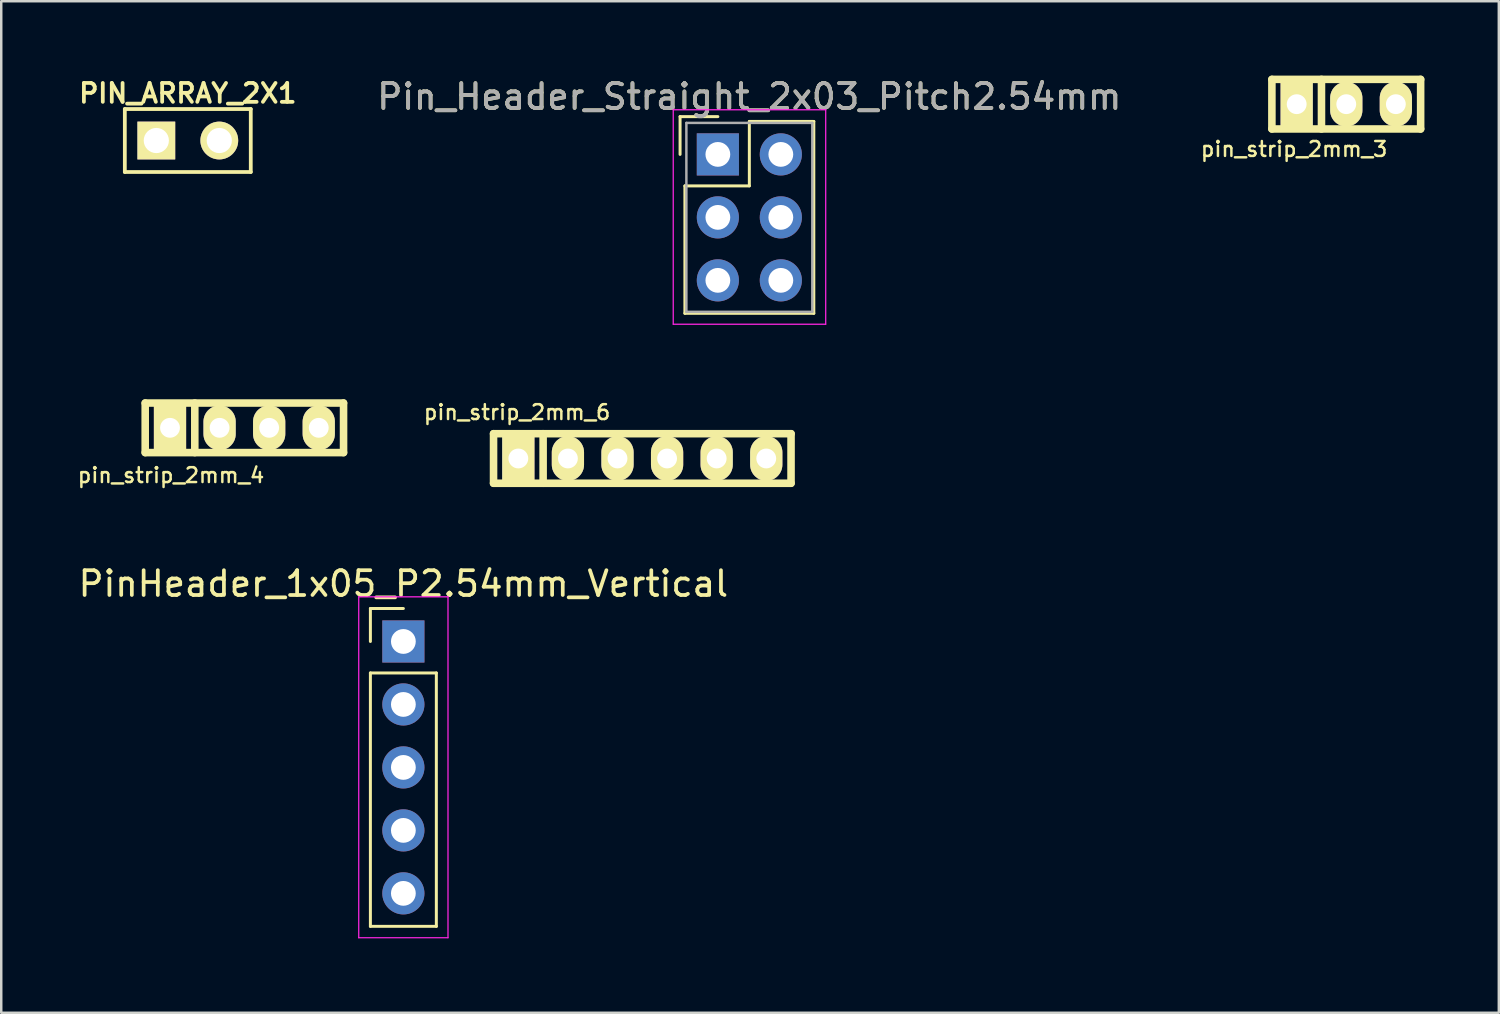
<source format=kicad_pcb>
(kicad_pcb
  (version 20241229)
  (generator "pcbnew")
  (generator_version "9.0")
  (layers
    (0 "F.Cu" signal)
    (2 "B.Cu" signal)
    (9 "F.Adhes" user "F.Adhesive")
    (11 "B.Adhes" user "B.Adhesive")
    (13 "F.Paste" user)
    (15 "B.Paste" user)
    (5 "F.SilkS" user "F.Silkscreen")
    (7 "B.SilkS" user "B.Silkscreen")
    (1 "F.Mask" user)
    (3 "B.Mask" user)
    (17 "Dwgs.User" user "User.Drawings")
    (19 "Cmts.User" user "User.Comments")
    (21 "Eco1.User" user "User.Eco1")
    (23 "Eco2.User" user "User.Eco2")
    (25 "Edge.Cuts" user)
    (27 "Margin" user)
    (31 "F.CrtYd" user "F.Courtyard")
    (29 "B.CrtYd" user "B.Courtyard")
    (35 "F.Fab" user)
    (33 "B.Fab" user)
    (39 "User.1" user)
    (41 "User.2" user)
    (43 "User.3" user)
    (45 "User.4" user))
  (footprint "PIN_ARRAY_2X1"
    (layer "F.Cu")
    (at 4.525 2.618)
    (property "Reference" "PIN_ARRAY_2X1" (at 0 -1.905 0) (layer "F.SilkS") (effects (font (size 0.762 0.762) (thickness 0.152))))
    (attr through_hole)
    (fp_line (start -2.54 -1.27) (end 2.54 -1.27) (stroke (width 0.152) (type solid)) (layer "F.SilkS"))
    (fp_line (start -2.54 1.27) (end -2.54 -1.27) (stroke (width 0.152) (type solid)) (layer "F.SilkS"))
    (fp_line (start 2.54 -1.27) (end 2.54 1.27) (stroke (width 0.152) (type solid)) (layer "F.SilkS"))
    (fp_line (start 2.54 1.27) (end -2.54 1.27) (stroke (width 0.152) (type solid)) (layer "F.SilkS"))
    (pad "1" thru_hole rect (at -1.27 0) (size 1.524 1.524) (drill 1.016) (layers "*.Cu" "*.Mask" "F.SilkS"))
    (pad "2" thru_hole circle (at 1.27 0) (size 1.524 1.524) (drill 1.016) (layers "*.Cu" "*.Mask" "F.SilkS")))
  (footprint "PinHeader_1x05_P2.54mm_Vertical"
    (layer "F.Cu")
    (at 13.22 22.824)
    (property "Reference" "PinHeader_1x05_P2.54mm_Vertical" (at 0 -2.33 0) (layer "F.SilkS") (effects (font (size 1 1) (thickness 0.15))))
    (attr through_hole)
    (fp_line (start -1.33 -1.33) (end 0 -1.33) (stroke (width 0.12) (type solid)) (layer "F.SilkS"))
    (fp_line (start -1.33 0) (end -1.33 -1.33) (stroke (width 0.12) (type solid)) (layer "F.SilkS"))
    (fp_line (start -1.33 1.27) (end -1.33 11.49) (stroke (width 0.12) (type solid)) (layer "F.SilkS"))
    (fp_line (start -1.33 1.27) (end 1.33 1.27) (stroke (width 0.12) (type solid)) (layer "F.SilkS"))
    (fp_line (start -1.33 11.49) (end 1.33 11.49) (stroke (width 0.12) (type solid)) (layer "F.SilkS"))
    (fp_line (start 1.33 1.27) (end 1.33 11.49) (stroke (width 0.12) (type solid)) (layer "F.SilkS"))
    (fp_line (start -1.8 -1.8) (end -1.8 11.95) (stroke (width 0.05) (type solid)) (layer "F.CrtYd"))
    (fp_line (start -1.8 11.95) (end 1.8 11.95) (stroke (width 0.05) (type solid)) (layer "F.CrtYd"))
    (fp_line (start 1.8 -1.8) (end -1.8 -1.8) (stroke (width 0.05) (type solid)) (layer "F.CrtYd"))
    (fp_line (start 1.8 11.95) (end 1.8 -1.8) (stroke (width 0.05) (type solid)) (layer "F.CrtYd"))
    (pad "1" thru_hole rect (at 0 0) (size 1.7 1.7) (drill 1) (layers "*.Cu" "*.Mask"))
    (pad "2" thru_hole oval (at 0 2.54) (size 1.7 1.7) (drill 1) (layers "*.Cu" "*.Mask"))
    (pad "3" thru_hole oval (at 0 5.08) (size 1.7 1.7) (drill 1) (layers "*.Cu" "*.Mask"))
    (pad "4" thru_hole oval (at 0 7.62) (size 1.7 1.7) (drill 1) (layers "*.Cu" "*.Mask"))
    (pad "5" thru_hole oval (at 0 10.16) (size 1.7 1.7) (drill 1) (layers "*.Cu" "*.Mask")))
  (footprint "pin_strip_2mm_6"
    (layer "F.Cu")
    (at 22.857 15.443)
    (property "Reference" "pin_strip_2mm_6" (at -5.051 -1.864 0) (layer "F.SilkS") (effects (font (size 0.6 0.6) (thickness 0.1))))
    (attr through_hole)
    (fp_line (start -6 -1) (end 6 -1) (stroke (width 0.305) (type solid)) (layer "F.SilkS"))
    (fp_line (start -6 1) (end -6 -1) (stroke (width 0.305) (type solid)) (layer "F.SilkS"))
    (fp_line (start -4 -1) (end -4 1) (stroke (width 0.305) (type solid)) (layer "F.SilkS"))
    (fp_line (start 6 -1) (end 6 1) (stroke (width 0.305) (type solid)) (layer "F.SilkS"))
    (fp_line (start 6 1) (end -6 1) (stroke (width 0.305) (type solid)) (layer "F.SilkS"))
    (pad "1" thru_hole rect (at -5 0) (size 1.3 1.8) (drill 0.8) (layers "*.Cu" "*.Mask" "F.SilkS"))
    (pad "2" thru_hole oval (at -3 0) (size 1.3 1.8) (drill 0.8) (layers "*.Cu" "*.Mask" "F.SilkS"))
    (pad "3" thru_hole oval (at -1 0) (size 1.3 1.8) (drill 0.8) (layers "*.Cu" "*.Mask" "F.SilkS"))
    (pad "4" thru_hole oval (at 1 0) (size 1.3 1.8) (drill 0.8) (layers "*.Cu" "*.Mask" "F.SilkS"))
    (pad "5" thru_hole oval (at 3 0) (size 1.3 1.8) (drill 0.8) (layers "*.Cu" "*.Mask" "F.SilkS"))
    (pad "6" thru_hole oval (at 5 0) (size 1.3 1.8) (drill 0.8) (layers "*.Cu" "*.Mask" "F.SilkS")))
  (footprint "pin_strip_2mm_4"
    (layer "F.Cu")
    (at 6.807 14.206)
    (property "Reference" "pin_strip_2mm_4" (at -2.96 1.914 0) (layer "F.SilkS") (effects (font (size 0.6 0.6) (thickness 0.1))))
    (attr through_hole)
    (fp_line (start -4 -1) (end 4 -1) (stroke (width 0.305) (type solid)) (layer "F.SilkS"))
    (fp_line (start -4 1) (end -4 -1) (stroke (width 0.305) (type solid)) (layer "F.SilkS"))
    (fp_line (start -2 -1) (end -2 1) (stroke (width 0.305) (type solid)) (layer "F.SilkS"))
    (fp_line (start 4 -1) (end 4 1) (stroke (width 0.305) (type solid)) (layer "F.SilkS"))
    (fp_line (start 4 1) (end -4 1) (stroke (width 0.305) (type solid)) (layer "F.SilkS"))
    (pad "1" thru_hole rect (at -3 0) (size 1.3 1.8) (drill 0.8) (layers "*.Cu" "*.Mask" "F.SilkS"))
    (pad "2" thru_hole oval (at -1 0) (size 1.3 1.8) (drill 0.8) (layers "*.Cu" "*.Mask" "F.SilkS"))
    (pad "3" thru_hole oval (at 1 0) (size 1.3 1.8) (drill 0.8) (layers "*.Cu" "*.Mask" "F.SilkS"))
    (pad "4" thru_hole oval (at 3 0) (size 1.3 1.8) (drill 0.8) (layers "*.Cu" "*.Mask" "F.SilkS")))
  (footprint "Pin_Header_Straight_2x03_Pitch2.54mm"
    (layer "F.Cu")
    (at 25.905 3.178)
    (property "Reference" "Pin_Header_Straight_2x03_Pitch2.54mm" (at 1.27 -2.33 0) (layer "F.SilkS") (effects (font (size 1 1) (thickness 0.15))))
    (attr through_hole)
    (fp_line (start -1.524 -1.524) (end -1.524 0) (stroke (width 0.12) (type solid)) (layer "F.SilkS"))
    (fp_line (start -1.524 -1.524) (end 0 -1.524) (stroke (width 0.12) (type solid)) (layer "F.SilkS"))
    (fp_line (start -1.33 1.27) (end -1.33 6.41) (stroke (width 0.12) (type solid)) (layer "F.SilkS"))
    (fp_line (start -1.33 6.41) (end 3.87 6.41) (stroke (width 0.12) (type solid)) (layer "F.SilkS"))
    (fp_line (start 1.27 -1.33) (end 1.27 1.27) (stroke (width 0.12) (type solid)) (layer "F.SilkS"))
    (fp_line (start 1.27 1.27) (end -1.33 1.27) (stroke (width 0.12) (type solid)) (layer "F.SilkS"))
    (fp_line (start 3.87 -1.33) (end 1.27 -1.33) (stroke (width 0.12) (type solid)) (layer "F.SilkS"))
    (fp_line (start 3.87 6.41) (end 3.87 -1.33) (stroke (width 0.12) (type solid)) (layer "F.SilkS"))
    (fp_line (start -1.8 -1.8) (end -1.8 6.85) (stroke (width 0.05) (type solid)) (layer "F.CrtYd"))
    (fp_line (start -1.8 6.85) (end 4.35 6.85) (stroke (width 0.05) (type solid)) (layer "F.CrtYd"))
    (fp_line (start 4.35 -1.8) (end -1.8 -1.8) (stroke (width 0.05) (type solid)) (layer "F.CrtYd"))
    (fp_line (start 4.35 6.85) (end 4.35 -1.8) (stroke (width 0.05) (type solid)) (layer "F.CrtYd"))
    (fp_line (start -1.27 -1.27) (end -1.27 6.35) (stroke (width 0.1) (type solid)) (layer "F.Fab"))
    (fp_line (start -1.27 6.35) (end 3.81 6.35) (stroke (width 0.1) (type solid)) (layer "F.Fab"))
    (fp_line (start 3.81 -1.27) (end -1.27 -1.27) (stroke (width 0.1) (type solid)) (layer "F.Fab"))
    (fp_line (start 3.81 6.35) (end 3.81 -1.27) (stroke (width 0.1) (type solid)) (layer "F.Fab"))
    (fp_text user "${REFERENCE}" (at 1.27 -2.33 0) (layer "F.Fab") (effects (font (size 1 1) (thickness 0.15))))
    (pad "1" thru_hole rect (at 0 0) (size 1.7 1.7) (drill 1) (layers "*.Cu" "*.Mask"))
    (pad "2" thru_hole oval (at 2.54 0) (size 1.7 1.7) (drill 1) (layers "*.Cu" "*.Mask"))
    (pad "3" thru_hole oval (at 0 2.54) (size 1.7 1.7) (drill 1) (layers "*.Cu" "*.Mask"))
    (pad "4" thru_hole oval (at 2.54 2.54) (size 1.7 1.7) (drill 1) (layers "*.Cu" "*.Mask"))
    (pad "5" thru_hole oval (at 0 5.08) (size 1.7 1.7) (drill 1) (layers "*.Cu" "*.Mask"))
    (pad "6" thru_hole oval (at 2.54 5.08) (size 1.7 1.7) (drill 1) (layers "*.Cu" "*.Mask")))
  (footprint "pin_strip_2mm_3"
    (layer "F.Cu")
    (at 51.252 1.152)
    (property "Reference" "pin_strip_2mm_3" (at -2.105 1.813 0) (layer "F.SilkS") (effects (font (size 0.6 0.6) (thickness 0.1))))
    (attr through_hole)
    (fp_line (start -3 -1) (end 3 -1) (stroke (width 0.305) (type solid)) (layer "F.SilkS"))
    (fp_line (start -3 1) (end -3 -1) (stroke (width 0.305) (type solid)) (layer "F.SilkS"))
    (fp_line (start -1 -1) (end -1 1) (stroke (width 0.305) (type solid)) (layer "F.SilkS"))
    (fp_line (start 3 -1) (end 3 1) (stroke (width 0.305) (type solid)) (layer "F.SilkS"))
    (fp_line (start 3 1) (end -3 1) (stroke (width 0.305) (type solid)) (layer "F.SilkS"))
    (pad "1" thru_hole rect (at -2 0) (size 1.3 1.8) (drill 0.8) (layers "*.Cu" "*.Mask" "F.SilkS"))
    (pad "2" thru_hole oval (at 0 0) (size 1.3 1.8) (drill 0.8) (layers "*.Cu" "*.Mask" "F.SilkS"))
    (pad "3" thru_hole oval (at 2 0) (size 1.3 1.8) (drill 0.8) (layers "*.Cu" "*.Mask" "F.SilkS")))
  (gr_rect
    (start -3 -3)
    (end 57.405 37.799)
    (stroke (width 0.1) (type default))
    (fill no)
    (layer "Edge.Cuts")))
</source>
